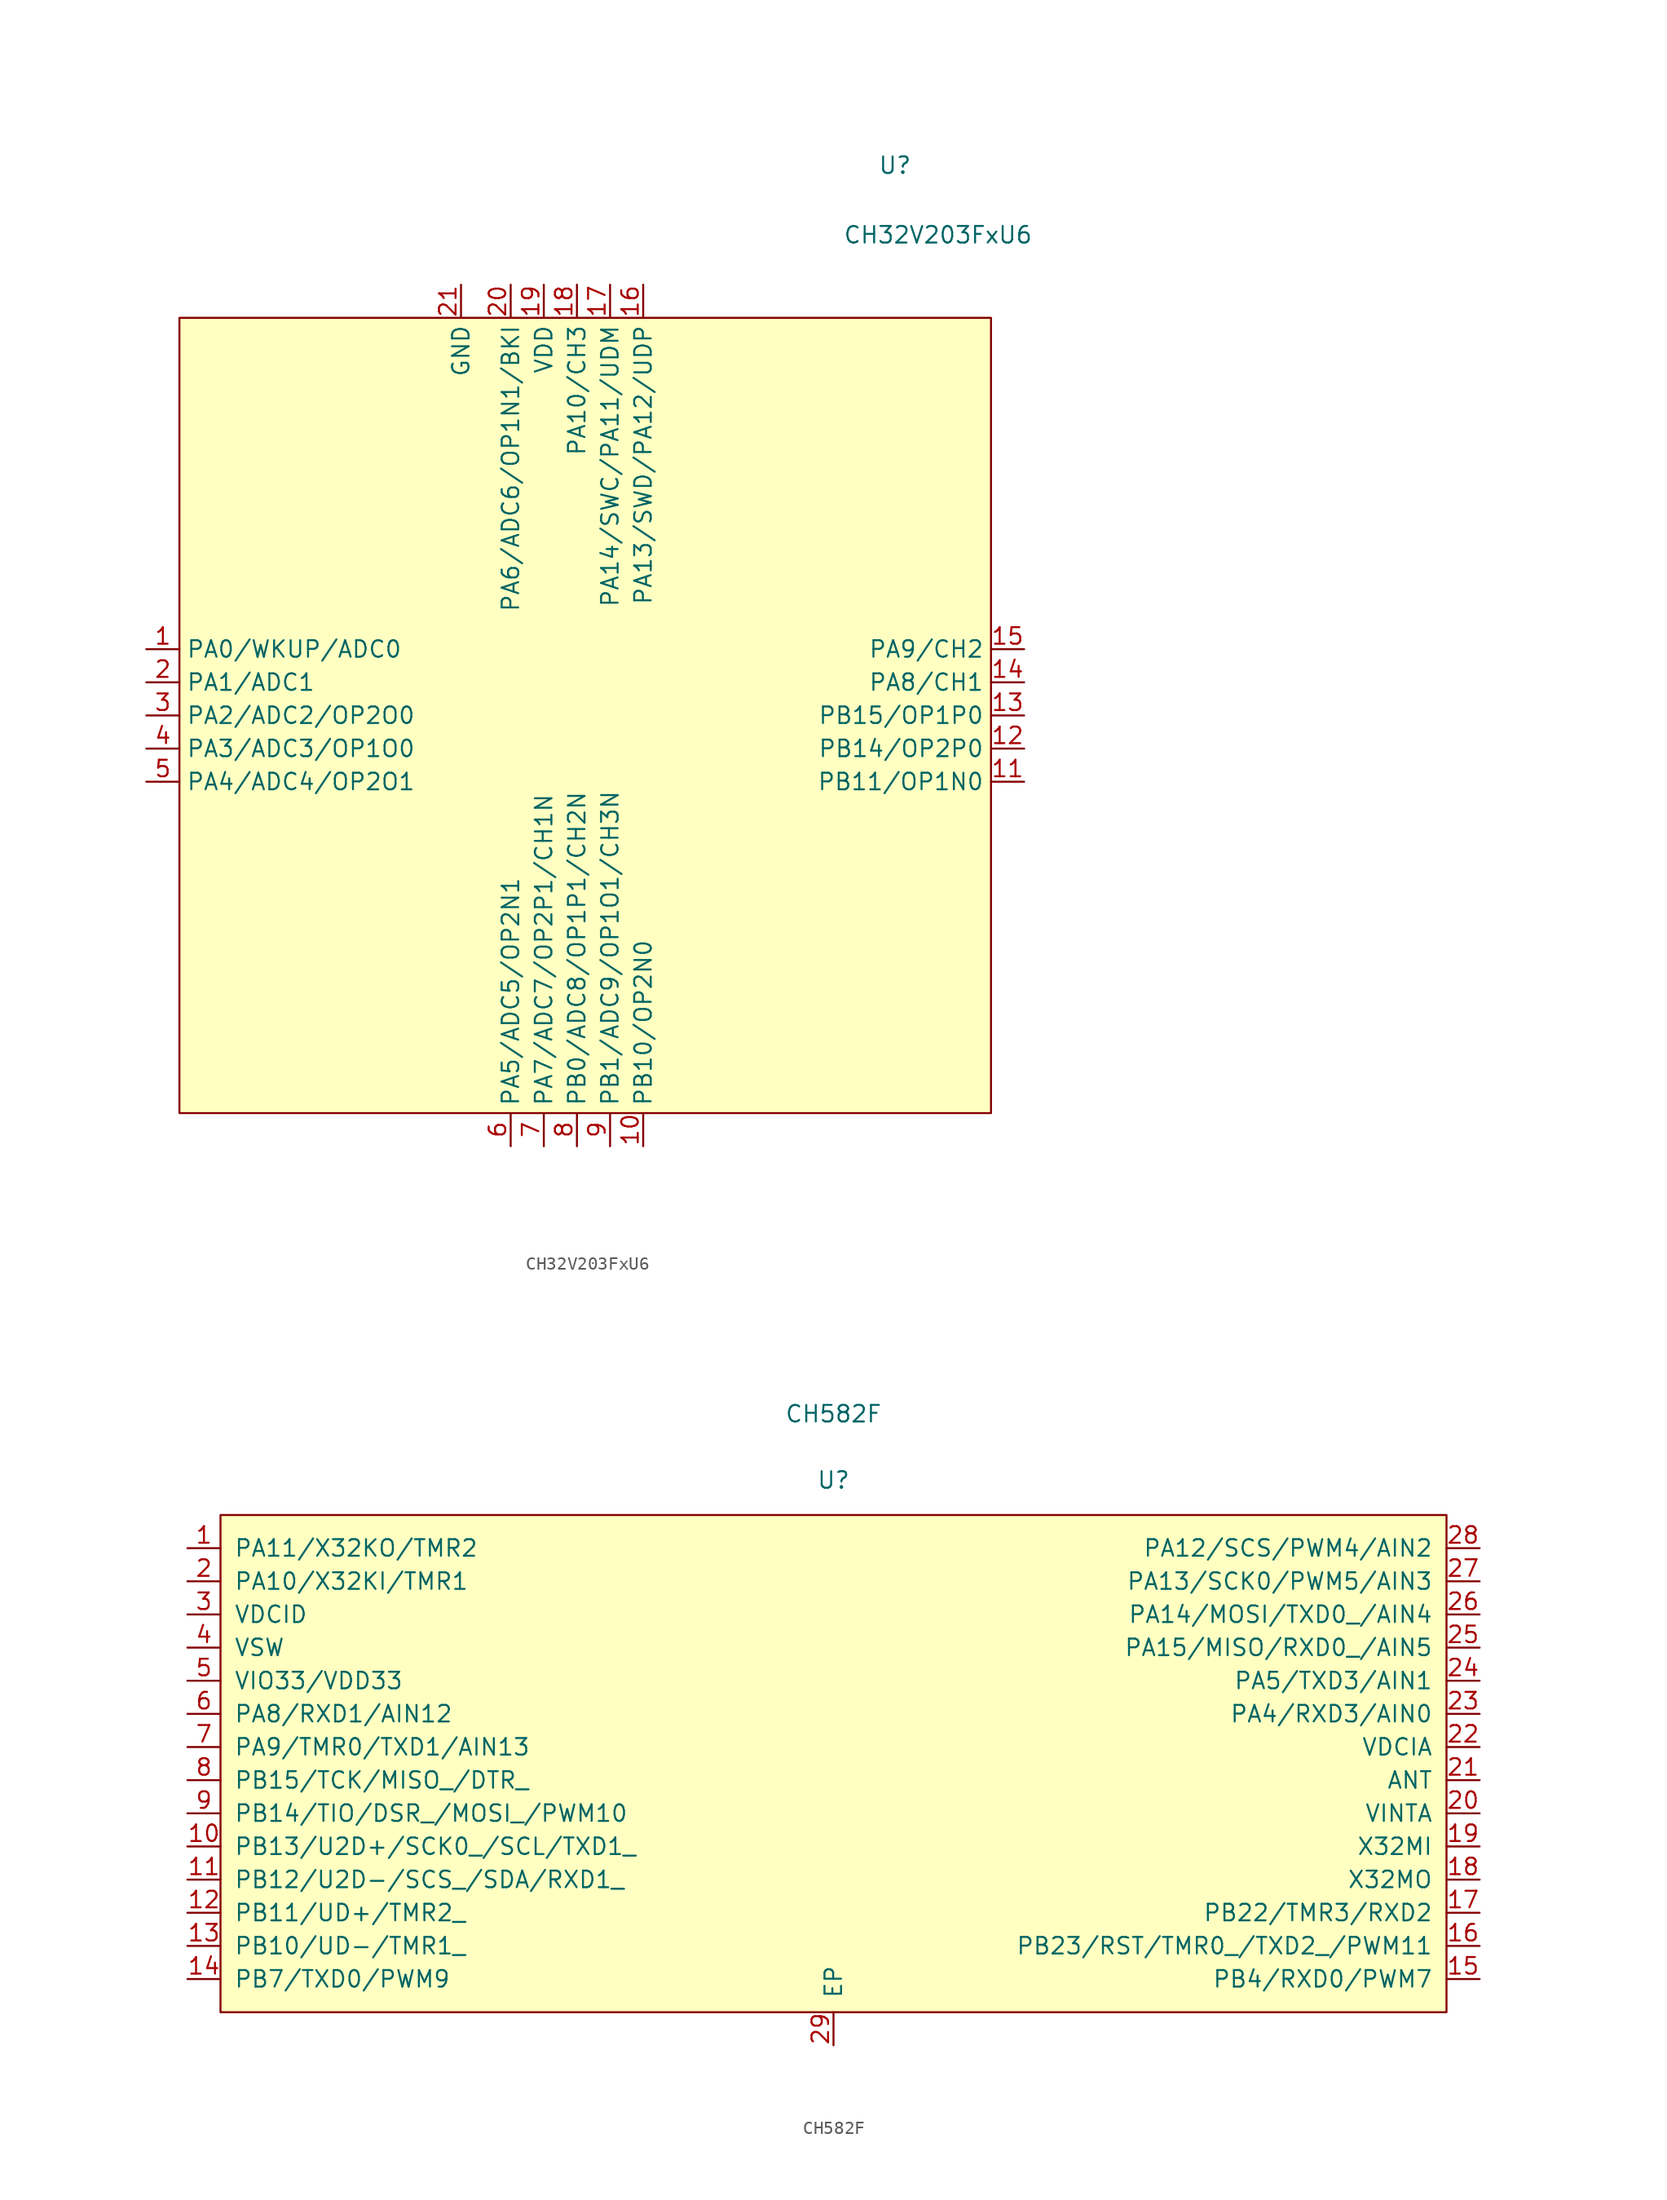
<source format=kicad_sym>
(kicad_symbol_lib
  (version 20231120)
  (generator "kicad_symbol_editor")
  (generator_version "8.0")
  (symbol "CH32V203FxU6"
    (property "Reference" "U"
      (at 24.384 42.164 0)
      (effects (font (size 1.27 1.27))))
    (property "Value" "CH32V203FxU6"
      (at 27.686 36.83 0)
      (effects (font (size 1.27 1.27))))
    (symbol "CH32V203FxU6_1_1"
      (rectangle (start -30.48 30.48) (end 31.75 -30.48) (stroke (width 0) (type default)) (fill (type background)))
      (pin input line (at -33.02 5.08 0) (length 2.54) (name "PA0/WKUP/ADC0" (effects (font (size 1.27 1.27)))) (number "1" (effects (font (size 1.27 1.27)))))
      (pin input line (at 5.08 -33.02 90) (length 2.54) (name "PB10/OP2N0" (effects (font (size 1.27 1.27)))) (number "10" (effects (font (size 1.27 1.27)))))
      (pin input line (at 34.29 -5.08 180) (length 2.54) (name "PB11/OP1N0" (effects (font (size 1.27 1.27)))) (number "11" (effects (font (size 1.27 1.27)))))
      (pin input line (at 34.29 -2.54 180) (length 2.54) (name "PB14/OP2P0" (effects (font (size 1.27 1.27)))) (number "12" (effects (font (size 1.27 1.27)))))
      (pin input line (at 34.29 0 180) (length 2.54) (name "PB15/OP1P0" (effects (font (size 1.27 1.27)))) (number "13" (effects (font (size 1.27 1.27)))))
      (pin input line (at 34.29 2.54 180) (length 2.54) (name "PA8/CH1" (effects (font (size 1.27 1.27)))) (number "14" (effects (font (size 1.27 1.27)))))
      (pin input line (at 34.29 5.08 180) (length 2.54) (name "PA9/CH2" (effects (font (size 1.27 1.27)))) (number "15" (effects (font (size 1.27 1.27)))))
      (pin input line (at 5.08 33.02 270) (length 2.54) (name "PA13/SWD/PA12/UDP" (effects (font (size 1.27 1.27)))) (number "16" (effects (font (size 1.27 1.27)))))
      (pin input line (at 2.54 33.02 270) (length 2.54) (name "PA14/SWC/PA11/UDM" (effects (font (size 1.27 1.27)))) (number "17" (effects (font (size 1.27 1.27)))))
      (pin input line (at 0 33.02 270) (length 2.54) (name "PA10/CH3" (effects (font (size 1.27 1.27)))) (number "18" (effects (font (size 1.27 1.27)))))
      (pin input line (at -2.54 33.02 270) (length 2.54) (name "VDD" (effects (font (size 1.27 1.27)))) (number "19" (effects (font (size 1.27 1.27)))))
      (pin input line (at -33.02 2.54 0) (length 2.54) (name "PA1/ADC1" (effects (font (size 1.27 1.27)))) (number "2" (effects (font (size 1.27 1.27)))))
      (pin input line (at -5.08 33.02 270) (length 2.54) (name "PA6/ADC6/OP1N1/BKI" (effects (font (size 1.27 1.27)))) (number "20" (effects (font (size 1.27 1.27)))))
      (pin input line (at -8.89 33.02 270) (length 2.54) (name "GND" (effects (font (size 1.27 1.27)))) (number "21" (effects (font (size 1.27 1.27)))))
      (pin input line (at -33.02 0 0) (length 2.54) (name "PA2/ADC2/OP2O0" (effects (font (size 1.27 1.27)))) (number "3" (effects (font (size 1.27 1.27)))))
      (pin input line (at -33.02 -2.54 0) (length 2.54) (name "PA3/ADC3/OP1O0" (effects (font (size 1.27 1.27)))) (number "4" (effects (font (size 1.27 1.27)))))
      (pin input line (at -33.02 -5.08 0) (length 2.54) (name "PA4/ADC4/OP2O1" (effects (font (size 1.27 1.27)))) (number "5" (effects (font (size 1.27 1.27)))))
      (pin input line (at -5.08 -33.02 90) (length 2.54) (name "PA5/ADC5/OP2N1" (effects (font (size 1.27 1.27)))) (number "6" (effects (font (size 1.27 1.27)))))
      (pin input line (at -2.54 -33.02 90) (length 2.54) (name "PA7/ADC7/OP2P1/CH1N" (effects (font (size 1.27 1.27)))) (number "7" (effects (font (size 1.27 1.27)))))
      (pin input line (at 0 -33.02 90) (length 2.54) (name "PB0/ADC8/OP1P1/CH2N" (effects (font (size 1.27 1.27)))) (number "8" (effects (font (size 1.27 1.27)))))
      (pin input line (at 2.54 -33.02 90) (length 2.54) (name "PB1/ADC9/OP1O1/CH3N" (effects (font (size 1.27 1.27)))) (number "9" (effects (font (size 1.27 1.27)))))))
  (symbol "CH582F"
    (pin_names
      (offset 1.016))
    (property "Reference" "U"
      (at 0 22.987 0)
      (effects (font (size 1.27 1.27))))
    (property "Value" "CH582F"
      (at 0 28.067 0)
      (effects (font (size 1.27 1.27))))
    (symbol "CH582F_1_1"
      (rectangle (start -46.99 20.32) (end 46.99 -17.78) (stroke (width 0.152) (type solid)) (fill (type background)))
      (pin bidirectional line (at -49.53 17.78 0) (length 2.54) (name "PA11/X32KO/TMR2" (effects (font (size 1.27 1.27)))) (number "1" (effects (font (size 1.27 1.27)))))
      (pin bidirectional line (at -49.53 -5.08 0) (length 2.54) (name "PB13/U2D+/SCK0_/SCL/TXD1_" (effects (font (size 1.27 1.27)))) (number "10" (effects (font (size 1.27 1.27)))))
      (pin bidirectional line (at -49.53 -7.62 0) (length 2.54) (name "PB12/U2D-/SCS_/SDA/RXD1_" (effects (font (size 1.27 1.27)))) (number "11" (effects (font (size 1.27 1.27)))))
      (pin bidirectional line (at -49.53 -10.16 0) (length 2.54) (name "PB11/UD+/TMR2_" (effects (font (size 1.27 1.27)))) (number "12" (effects (font (size 1.27 1.27)))))
      (pin bidirectional line (at -49.53 -12.7 0) (length 2.54) (name "PB10/UD-/TMR1_" (effects (font (size 1.27 1.27)))) (number "13" (effects (font (size 1.27 1.27)))))
      (pin bidirectional line (at -49.53 -15.24 0) (length 2.54) (name "PB7/TXD0/PWM9" (effects (font (size 1.27 1.27)))) (number "14" (effects (font (size 1.27 1.27)))))
      (pin bidirectional line (at 49.53 -15.24 180) (length 2.54) (name "PB4/RXD0/PWM7" (effects (font (size 1.27 1.27)))) (number "15" (effects (font (size 1.27 1.27)))))
      (pin bidirectional line (at 49.53 -12.7 180) (length 2.54) (name "PB23/RST/TMR0_/TXD2_/PWM11" (effects (font (size 1.27 1.27)))) (number "16" (effects (font (size 1.27 1.27)))))
      (pin bidirectional line (at 49.53 -10.16 180) (length 2.54) (name "PB22/TMR3/RXD2" (effects (font (size 1.27 1.27)))) (number "17" (effects (font (size 1.27 1.27)))))
      (pin bidirectional line (at 49.53 -7.62 180) (length 2.54) (name "X32MO" (effects (font (size 1.27 1.27)))) (number "18" (effects (font (size 1.27 1.27)))))
      (pin bidirectional line (at 49.53 -5.08 180) (length 2.54) (name "X32MI" (effects (font (size 1.27 1.27)))) (number "19" (effects (font (size 1.27 1.27)))))
      (pin bidirectional line (at -49.53 15.24 0) (length 2.54) (name "PA10/X32KI/TMR1" (effects (font (size 1.27 1.27)))) (number "2" (effects (font (size 1.27 1.27)))))
      (pin bidirectional line (at 49.53 -2.54 180) (length 2.54) (name "VINTA" (effects (font (size 1.27 1.27)))) (number "20" (effects (font (size 1.27 1.27)))))
      (pin bidirectional line (at 49.53 0 180) (length 2.54) (name "ANT" (effects (font (size 1.27 1.27)))) (number "21" (effects (font (size 1.27 1.27)))))
      (pin bidirectional line (at 49.53 2.54 180) (length 2.54) (name "VDCIA" (effects (font (size 1.27 1.27)))) (number "22" (effects (font (size 1.27 1.27)))))
      (pin bidirectional line (at 49.53 5.08 180) (length 2.54) (name "PA4/RXD3/AIN0" (effects (font (size 1.27 1.27)))) (number "23" (effects (font (size 1.27 1.27)))))
      (pin bidirectional line (at 49.53 7.62 180) (length 2.54) (name "PA5/TXD3/AIN1" (effects (font (size 1.27 1.27)))) (number "24" (effects (font (size 1.27 1.27)))))
      (pin bidirectional line (at 49.53 10.16 180) (length 2.54) (name "PA15/MISO/RXD0_/AIN5" (effects (font (size 1.27 1.27)))) (number "25" (effects (font (size 1.27 1.27)))))
      (pin bidirectional line (at 49.53 12.7 180) (length 2.54) (name "PA14/MOSI/TXD0_/AIN4" (effects (font (size 1.27 1.27)))) (number "26" (effects (font (size 1.27 1.27)))))
      (pin bidirectional line (at 49.53 15.24 180) (length 2.54) (name "PA13/SCK0/PWM5/AIN3" (effects (font (size 1.27 1.27)))) (number "27" (effects (font (size 1.27 1.27)))))
      (pin bidirectional line (at 49.53 17.78 180) (length 2.54) (name "PA12/SCS/PWM4/AIN2" (effects (font (size 1.27 1.27)))) (number "28" (effects (font (size 1.27 1.27)))))
      (pin bidirectional line (at 0 -20.32 90) (length 2.54) (name "EP" (effects (font (size 1.27 1.27)))) (number "29" (effects (font (size 1.27 1.27)))))
      (pin bidirectional line (at -49.53 12.7 0) (length 2.54) (name "VDCID" (effects (font (size 1.27 1.27)))) (number "3" (effects (font (size 1.27 1.27)))))
      (pin bidirectional line (at -49.53 10.16 0) (length 2.54) (name "VSW" (effects (font (size 1.27 1.27)))) (number "4" (effects (font (size 1.27 1.27)))))
      (pin bidirectional line (at -49.53 7.62 0) (length 2.54) (name "VIO33/VDD33" (effects (font (size 1.27 1.27)))) (number "5" (effects (font (size 1.27 1.27)))))
      (pin input line (at -49.53 5.08 0) (length 2.54) (name "PA8/RXD1/AIN12" (effects (font (size 1.27 1.27)))) (number "6" (effects (font (size 1.27 1.27)))))
      (pin bidirectional line (at -49.53 2.54 0) (length 2.54) (name "PA9/TMR0/TXD1/AIN13" (effects (font (size 1.27 1.27)))) (number "7" (effects (font (size 1.27 1.27)))))
      (pin bidirectional line (at -49.53 0 0) (length 2.54) (name "PB15/TCK/MISO_/DTR_" (effects (font (size 1.27 1.27)))) (number "8" (effects (font (size 1.27 1.27)))))
      (pin bidirectional line (at -49.53 -2.54 0) (length 2.54) (name "PB14/TIO/DSR_/MOSI_/PWM10" (effects (font (size 1.27 1.27)))) (number "9" (effects (font (size 1.27 1.27))))))))
</source>
